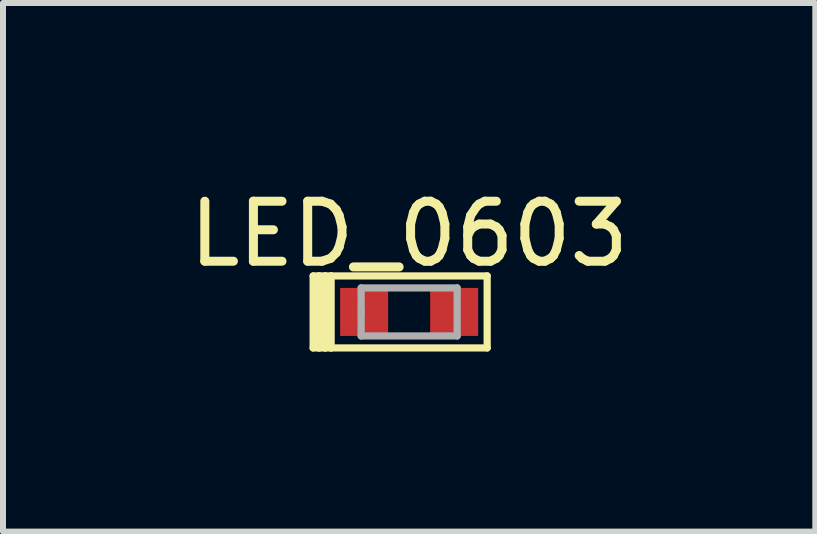
<source format=kicad_pcb>
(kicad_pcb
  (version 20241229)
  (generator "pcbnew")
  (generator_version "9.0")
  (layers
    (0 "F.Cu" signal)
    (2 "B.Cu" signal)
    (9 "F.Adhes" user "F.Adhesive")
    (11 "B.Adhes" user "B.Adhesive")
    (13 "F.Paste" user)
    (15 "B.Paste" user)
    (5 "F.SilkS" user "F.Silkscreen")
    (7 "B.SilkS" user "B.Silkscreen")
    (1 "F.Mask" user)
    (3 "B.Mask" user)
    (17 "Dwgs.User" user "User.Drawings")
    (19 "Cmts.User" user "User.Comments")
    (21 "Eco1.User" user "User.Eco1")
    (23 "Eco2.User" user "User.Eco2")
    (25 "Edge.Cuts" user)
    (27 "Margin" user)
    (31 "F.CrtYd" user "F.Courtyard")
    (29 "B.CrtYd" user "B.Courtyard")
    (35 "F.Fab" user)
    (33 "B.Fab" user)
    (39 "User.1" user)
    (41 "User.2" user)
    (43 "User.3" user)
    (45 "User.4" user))
  (footprint "LED_0603"
    (layer "F.Cu")
    (at 3.768 2.148)
    (property "Reference" "LED_0603" (at 0 -1.3 0) (layer "F.SilkS") (effects (font (size 1 1) (thickness 0.15))))
    (attr smd)
    (fp_line (start -1.6 -0.6) (end -1.6 0.6) (stroke (width 0.12) (type solid)) (layer "F.SilkS"))
    (fp_line (start -1.6 0.6) (end -1.5 0.6) (stroke (width 0.12) (type solid)) (layer "F.SilkS"))
    (fp_line (start -1.5 -0.6) (end -1.6 -0.6) (stroke (width 0.12) (type solid)) (layer "F.SilkS"))
    (fp_line (start -1.5 -0.6) (end -1.5 0.6) (stroke (width 0.12) (type solid)) (layer "F.SilkS"))
    (fp_line (start -1.5 0.6) (end -1.4 0.6) (stroke (width 0.12) (type solid)) (layer "F.SilkS"))
    (fp_line (start -1.4 -0.6) (end -1.5 -0.6) (stroke (width 0.12) (type solid)) (layer "F.SilkS"))
    (fp_line (start -1.4 -0.6) (end -1.4 0.6) (stroke (width 0.12) (type solid)) (layer "F.SilkS"))
    (fp_line (start -1.4 0.6) (end -1.3 0.6) (stroke (width 0.12) (type solid)) (layer "F.SilkS"))
    (fp_line (start -1.3 -0.6) (end -1.4 -0.6) (stroke (width 0.12) (type solid)) (layer "F.SilkS"))
    (fp_line (start -1.3 -0.6) (end -1.3 0.6) (stroke (width 0.12) (type solid)) (layer "F.SilkS"))
    (fp_line (start -1.3 0.6) (end 1.3 0.6) (stroke (width 0.12) (type solid)) (layer "F.SilkS"))
    (fp_line (start 1.3 -0.6) (end -1.3 -0.6) (stroke (width 0.12) (type solid)) (layer "F.SilkS"))
    (fp_line (start 1.3 0.6) (end 1.3 -0.6) (stroke (width 0.12) (type solid)) (layer "F.SilkS"))
    (fp_line (start -0.8 -0.4) (end 0.8 -0.4) (stroke (width 0.12) (type solid)) (layer "F.Fab"))
    (fp_line (start -0.8 0) (end -0.8 -0.4) (stroke (width 0.12) (type solid)) (layer "F.Fab"))
    (fp_line (start -0.8 0.4) (end -0.8 0) (stroke (width 0.12) (type solid)) (layer "F.Fab"))
    (fp_line (start 0.8 -0.4) (end 0.8 0.4) (stroke (width 0.12) (type solid)) (layer "F.Fab"))
    (fp_line (start 0.8 0.4) (end -0.8 0.4) (stroke (width 0.12) (type solid)) (layer "F.Fab"))
    (pad "1" smd rect (at -0.75 0) (size 0.8 0.8) (layers "F.Cu" "F.Mask" "F.Paste"))
    (pad "2" smd rect (at 0.75 0) (size 0.8 0.8) (layers "F.Cu" "F.Mask" "F.Paste")))
  (gr_rect
    (start -3 -3)
    (end 10.536 5.808)
    (stroke (width 0.1) (type default))
    (fill no)
    (layer "Edge.Cuts")))
</source>
